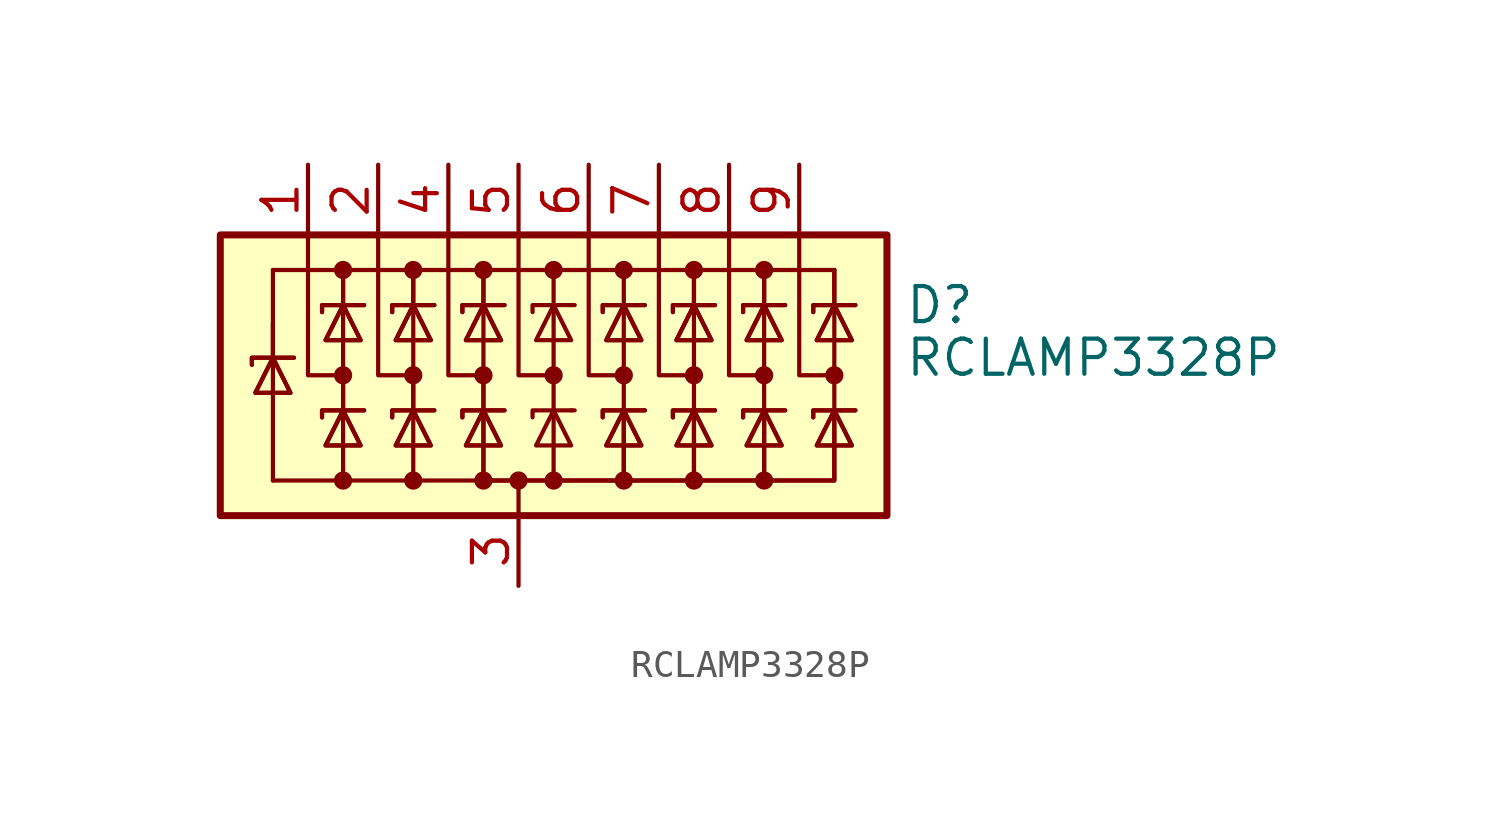
<source format=kicad_sym>
(kicad_symbol_lib
  (version 20220914)
  (generator kicad_symbol_editor)
  (symbol "RCLAMP3328P"
    (pin_names hide)
    (property "Reference" "D"
      (at 13.97 2.54 0)
      (effects (font (size 1.27 1.27)) (justify left)))
    (property "Value" "RCLAMP3328P"
      (at 13.97 0.635 0)
      (effects (font (size 1.27 1.27)) (justify left)))
    (symbol "RCLAMP3328P_0_0"
      (pin passive line (at 0 -7.62 90) (length 2.54) (name "A" (effects (font (size 1.27 1.27)))) (number "3" (effects (font (size 1.27 1.27))))))
    (symbol "RCLAMP3328P_0_1"
      (rectangle (start -10.795 5.08) (end 13.335 -5.08) (stroke (width 0.254) (type default)) (fill (type background)))
      (circle (center -6.35 -3.81) (radius 0.254) (stroke (width 0) (type default)) (fill (type outline)))
      (circle (center -6.35 0) (radius 0.254) (stroke (width 0) (type default)) (fill (type outline)))
      (circle (center -6.35 3.81) (radius 0.254) (stroke (width 0) (type default)) (fill (type outline)))
      (circle (center -3.81 -3.81) (radius 0.254) (stroke (width 0) (type default)) (fill (type outline)))
      (circle (center -3.81 0) (radius 0.254) (stroke (width 0) (type default)) (fill (type outline)))
      (circle (center -3.81 3.81) (radius 0.254) (stroke (width 0) (type default)) (fill (type outline)))
      (circle (center -1.27 -3.81) (radius 0.254) (stroke (width 0) (type default)) (fill (type outline)))
      (circle (center -1.27 0) (radius 0.254) (stroke (width 0) (type default)) (fill (type outline)))
      (circle (center -1.27 3.81) (radius 0.254) (stroke (width 0) (type default)) (fill (type outline)))
      (circle (center 0 -3.81) (radius 0.254) (stroke (width 0) (type default)) (fill (type outline)))
      (polyline (pts (xy -8.89 0.635) (xy -8.89 -3.81)) (stroke (width 0) (type default)) (fill (type none)))
      (polyline (pts (xy -8.89 1.905) (xy -8.89 0.635)) (stroke (width 0) (type default)) (fill (type none)))
      (polyline (pts (xy -8.89 3.81) (xy -8.89 0.635)) (stroke (width 0) (type default)) (fill (type none)))
      (polyline (pts (xy -6.35 -3.81) (xy -8.89 -3.81)) (stroke (width 0) (type default)) (fill (type none)))
      (polyline (pts (xy -6.35 0) (xy -6.35 -1.27)) (stroke (width 0) (type default)) (fill (type none)))
      (polyline (pts (xy -6.35 2.54) (xy -6.35 -1.27)) (stroke (width 0) (type default)) (fill (type none)))
      (polyline (pts (xy -6.35 3.81) (xy -6.35 2.54)) (stroke (width 0) (type default)) (fill (type none)))
      (polyline (pts (xy -6.35 3.81) (xy -6.35 2.54)) (stroke (width 0) (type default)) (fill (type none)))
      (polyline (pts (xy -3.81 0) (xy -3.81 -1.27)) (stroke (width 0) (type default)) (fill (type none)))
      (polyline (pts (xy -3.81 2.54) (xy -3.81 -1.27)) (stroke (width 0) (type default)) (fill (type none)))
      (polyline (pts (xy -3.81 3.81) (xy -3.81 2.54)) (stroke (width 0) (type default)) (fill (type none)))
      (polyline (pts (xy -3.81 3.81) (xy -3.81 2.54)) (stroke (width 0) (type default)) (fill (type none)))
      (polyline (pts (xy -1.27 0) (xy -1.27 -1.27)) (stroke (width 0) (type default)) (fill (type none)))
      (polyline (pts (xy -1.27 2.54) (xy -1.27 -1.27)) (stroke (width 0) (type default)) (fill (type none)))
      (polyline (pts (xy -1.27 3.81) (xy -1.27 2.54)) (stroke (width 0) (type default)) (fill (type none)))
      (polyline (pts (xy -1.27 3.81) (xy -1.27 2.54)) (stroke (width 0) (type default)) (fill (type none)))
      (polyline (pts (xy 0 -5.08) (xy 0 -3.81)) (stroke (width 0) (type default)) (fill (type none)))
      (polyline (pts (xy 1.27 -3.81) (xy 1.27 2.54)) (stroke (width 0) (type default)) (fill (type none)))
      (polyline (pts (xy 1.27 3.81) (xy 1.27 2.54)) (stroke (width 0) (type default)) (fill (type none)))
      (polyline (pts (xy 1.905 -1.27) (xy 2.032 -1.27)) (stroke (width 0) (type default)) (fill (type none)))
      (polyline (pts (xy 1.905 2.54) (xy 2.032 2.54)) (stroke (width 0) (type default)) (fill (type none)))
      (polyline (pts (xy 3.81 2.54) (xy 3.81 -1.27)) (stroke (width 0) (type default)) (fill (type none)))
      (polyline (pts (xy 3.81 3.81) (xy 3.81 2.54)) (stroke (width 0) (type default)) (fill (type none)))
      (polyline (pts (xy 6.35 2.54) (xy 6.35 -1.27)) (stroke (width 0) (type default)) (fill (type none)))
      (polyline (pts (xy 6.35 3.81) (xy 6.35 2.54)) (stroke (width 0) (type default)) (fill (type none)))
      (polyline (pts (xy 6.35 3.81) (xy 6.35 2.54)) (stroke (width 0) (type default)) (fill (type none)))
      (polyline (pts (xy 8.89 2.54) (xy 8.89 -1.27)) (stroke (width 0) (type default)) (fill (type none)))
      (polyline (pts (xy 8.89 3.81) (xy 8.89 2.54)) (stroke (width 0) (type default)) (fill (type none)))
      (polyline (pts (xy 8.89 3.81) (xy 8.89 2.54)) (stroke (width 0) (type default)) (fill (type none)))
      (polyline (pts (xy 11.43 2.54) (xy 11.43 -1.27)) (stroke (width 0) (type default)) (fill (type none)))
      (polyline (pts (xy 11.43 3.81) (xy -8.89 3.81)) (stroke (width 0) (type default)) (fill (type none)))
      (polyline (pts (xy 11.43 3.81) (xy 11.43 2.54)) (stroke (width 0) (type default)) (fill (type none)))
      (polyline (pts (xy 11.43 3.81) (xy 11.43 2.54)) (stroke (width 0) (type default)) (fill (type none)))
      (polyline (pts (xy -7.62 5.08) (xy -7.62 0) (xy -6.35 0)) (stroke (width 0) (type default)) (fill (type none)))
      (polyline (pts (xy -6.35 -1.27) (xy -6.35 -3.81) (xy -3.81 -3.81)) (stroke (width 0) (type default)) (fill (type none)))
      (polyline (pts (xy -5.08 5.08) (xy -5.08 0) (xy -3.81 0)) (stroke (width 0) (type default)) (fill (type none)))
      (polyline (pts (xy -3.81 -1.27) (xy -3.81 -3.81) (xy -1.27 -3.81)) (stroke (width 0) (type default)) (fill (type none)))
      (polyline (pts (xy -2.54 5.08) (xy -2.54 0) (xy -1.27 0)) (stroke (width 0) (type default)) (fill (type none)))
      (polyline (pts (xy 0 5.08) (xy 0 0) (xy 1.27 0)) (stroke (width 0) (type default)) (fill (type none)))
      (polyline (pts (xy 1.905 -1.27) (xy 0.508 -1.27) (xy 0.508 -1.524)) (stroke (width 0) (type default)) (fill (type none)))
      (polyline (pts (xy 1.905 2.54) (xy 0.508 2.54) (xy 0.508 2.286)) (stroke (width 0) (type default)) (fill (type none)))
      (polyline (pts (xy 2.54 5.08) (xy 2.54 0) (xy 3.81 0)) (stroke (width 0) (type default)) (fill (type none)))
      (polyline (pts (xy 5.08 5.08) (xy 5.08 0) (xy 6.35 0)) (stroke (width 0) (type default)) (fill (type none)))
      (polyline (pts (xy 6.35 -1.27) (xy 6.35 -3.81) (xy 3.81 -3.81)) (stroke (width 0) (type default)) (fill (type none)))
      (polyline (pts (xy 6.35 -1.27) (xy 6.35 -3.81) (xy 3.81 -3.81)) (stroke (width 0) (type default)) (fill (type none)))
      (polyline (pts (xy 7.62 5.08) (xy 7.62 0) (xy 8.89 0)) (stroke (width 0) (type default)) (fill (type none)))
      (polyline (pts (xy 8.89 -1.27) (xy 8.89 -3.81) (xy 6.35 -3.81)) (stroke (width 0) (type default)) (fill (type none)))
      (polyline (pts (xy 8.89 -1.27) (xy 8.89 -3.81) (xy 6.35 -3.81)) (stroke (width 0) (type default)) (fill (type none)))
      (polyline (pts (xy 10.16 5.08) (xy 10.16 0) (xy 11.43 0)) (stroke (width 0) (type default)) (fill (type none)))
      (polyline (pts (xy 11.43 -1.27) (xy 11.43 -3.81) (xy 8.89 -3.81)) (stroke (width 0) (type default)) (fill (type none)))
      (polyline (pts (xy 11.43 -1.27) (xy 11.43 -3.81) (xy 8.89 -3.81)) (stroke (width 0) (type default)) (fill (type none)))
      (polyline (pts (xy -9.652 0.381) (xy -9.652 0.635) (xy -8.255 0.635) (xy -8.128 0.635)) (stroke (width 0) (type default)) (fill (type none)))
      (polyline (pts (xy -9.652 0.381) (xy -9.652 0.635) (xy -8.255 0.635) (xy -8.128 0.635)) (stroke (width 0) (type default)) (fill (type none)))
      (polyline (pts (xy -8.89 0.635) (xy -8.255 -0.635) (xy -9.525 -0.635) (xy -8.89 0.635)) (stroke (width 0) (type default)) (fill (type none)))
      (polyline (pts (xy -8.89 0.635) (xy -8.255 -0.635) (xy -9.525 -0.635) (xy -8.89 0.635)) (stroke (width 0) (type default)) (fill (type none)))
      (polyline (pts (xy -7.112 -1.524) (xy -7.112 -1.27) (xy -5.715 -1.27) (xy -5.588 -1.27)) (stroke (width 0) (type default)) (fill (type none)))
      (polyline (pts (xy -7.112 -1.524) (xy -7.112 -1.27) (xy -5.715 -1.27) (xy -5.588 -1.27)) (stroke (width 0) (type default)) (fill (type none)))
      (polyline (pts (xy -7.112 2.286) (xy -7.112 2.54) (xy -5.715 2.54) (xy -5.588 2.54)) (stroke (width 0) (type default)) (fill (type none)))
      (polyline (pts (xy -7.112 2.286) (xy -7.112 2.54) (xy -5.715 2.54) (xy -5.588 2.54)) (stroke (width 0) (type default)) (fill (type none)))
      (polyline (pts (xy -6.35 -1.27) (xy -5.715 -2.54) (xy -6.985 -2.54) (xy -6.35 -1.27)) (stroke (width 0) (type default)) (fill (type none)))
      (polyline (pts (xy -6.35 -1.27) (xy -5.715 -2.54) (xy -6.985 -2.54) (xy -6.35 -1.27)) (stroke (width 0) (type default)) (fill (type none)))
      (polyline (pts (xy -6.35 2.54) (xy -5.715 1.27) (xy -6.985 1.27) (xy -6.35 2.54)) (stroke (width 0) (type default)) (fill (type none)))
      (polyline (pts (xy -6.35 2.54) (xy -5.715 1.27) (xy -6.985 1.27) (xy -6.35 2.54)) (stroke (width 0) (type default)) (fill (type none)))
      (polyline (pts (xy -4.572 -1.524) (xy -4.572 -1.27) (xy -3.175 -1.27) (xy -3.048 -1.27)) (stroke (width 0) (type default)) (fill (type none)))
      (polyline (pts (xy -4.572 -1.524) (xy -4.572 -1.27) (xy -3.175 -1.27) (xy -3.048 -1.27)) (stroke (width 0) (type default)) (fill (type none)))
      (polyline (pts (xy -4.572 2.286) (xy -4.572 2.54) (xy -3.175 2.54) (xy -3.048 2.54)) (stroke (width 0) (type default)) (fill (type none)))
      (polyline (pts (xy -4.572 2.286) (xy -4.572 2.54) (xy -3.175 2.54) (xy -3.048 2.54)) (stroke (width 0) (type default)) (fill (type none)))
      (polyline (pts (xy -3.81 -1.27) (xy -3.175 -2.54) (xy -4.445 -2.54) (xy -3.81 -1.27)) (stroke (width 0) (type default)) (fill (type none)))
      (polyline (pts (xy -3.81 -1.27) (xy -3.175 -2.54) (xy -4.445 -2.54) (xy -3.81 -1.27)) (stroke (width 0) (type default)) (fill (type none)))
      (polyline (pts (xy -3.81 2.54) (xy -3.175 1.27) (xy -4.445 1.27) (xy -3.81 2.54)) (stroke (width 0) (type default)) (fill (type none)))
      (polyline (pts (xy -3.81 2.54) (xy -3.175 1.27) (xy -4.445 1.27) (xy -3.81 2.54)) (stroke (width 0) (type default)) (fill (type none)))
      (polyline (pts (xy -2.032 -1.524) (xy -2.032 -1.27) (xy -0.635 -1.27) (xy -0.508 -1.27)) (stroke (width 0) (type default)) (fill (type none)))
      (polyline (pts (xy -2.032 -1.524) (xy -2.032 -1.27) (xy -0.635 -1.27) (xy -0.508 -1.27)) (stroke (width 0) (type default)) (fill (type none)))
      (polyline (pts (xy -2.032 2.286) (xy -2.032 2.54) (xy -0.635 2.54) (xy -0.508 2.54)) (stroke (width 0) (type default)) (fill (type none)))
      (polyline (pts (xy -2.032 2.286) (xy -2.032 2.54) (xy -0.635 2.54) (xy -0.508 2.54)) (stroke (width 0) (type default)) (fill (type none)))
      (polyline (pts (xy -1.27 -1.27) (xy -1.27 -3.81) (xy 3.81 -3.81) (xy 3.81 -1.27)) (stroke (width 0) (type default)) (fill (type none)))
      (polyline (pts (xy -1.27 -1.27) (xy -1.27 -3.81) (xy 3.81 -3.81) (xy 3.81 -1.27)) (stroke (width 0) (type default)) (fill (type none)))
      (polyline (pts (xy -1.27 -1.27) (xy -0.635 -2.54) (xy -1.905 -2.54) (xy -1.27 -1.27)) (stroke (width 0) (type default)) (fill (type none)))
      (polyline (pts (xy -1.27 -1.27) (xy -0.635 -2.54) (xy -1.905 -2.54) (xy -1.27 -1.27)) (stroke (width 0) (type default)) (fill (type none)))
      (polyline (pts (xy -1.27 2.54) (xy -0.635 1.27) (xy -1.905 1.27) (xy -1.27 2.54)) (stroke (width 0) (type default)) (fill (type none)))
      (polyline (pts (xy -1.27 2.54) (xy -0.635 1.27) (xy -1.905 1.27) (xy -1.27 2.54)) (stroke (width 0) (type default)) (fill (type none)))
      (polyline (pts (xy 1.905 -2.54) (xy 0.635 -2.54) (xy 1.27 -1.27) (xy 1.905 -2.54)) (stroke (width 0) (type default)) (fill (type none)))
      (polyline (pts (xy 1.905 1.27) (xy 0.635 1.27) (xy 1.27 2.54) (xy 1.905 1.27)) (stroke (width 0) (type default)) (fill (type none)))
      (polyline (pts (xy 3.048 -1.524) (xy 3.048 -1.27) (xy 4.445 -1.27) (xy 4.572 -1.27)) (stroke (width 0) (type default)) (fill (type none)))
      (polyline (pts (xy 3.048 -1.524) (xy 3.048 -1.27) (xy 4.445 -1.27) (xy 4.572 -1.27)) (stroke (width 0) (type default)) (fill (type none)))
      (polyline (pts (xy 3.048 2.286) (xy 3.048 2.54) (xy 4.445 2.54) (xy 4.572 2.54)) (stroke (width 0) (type default)) (fill (type none)))
      (polyline (pts (xy 3.048 2.286) (xy 3.048 2.54) (xy 4.445 2.54) (xy 4.572 2.54)) (stroke (width 0) (type default)) (fill (type none)))
      (polyline (pts (xy 3.81 -1.27) (xy 3.175 -2.54) (xy 4.445 -2.54) (xy 3.81 -1.27)) (stroke (width 0) (type default)) (fill (type none)))
      (polyline (pts (xy 3.81 -1.27) (xy 3.175 -2.54) (xy 4.445 -2.54) (xy 3.81 -1.27)) (stroke (width 0) (type default)) (fill (type none)))
      (polyline (pts (xy 3.81 2.54) (xy 3.175 1.27) (xy 4.445 1.27) (xy 3.81 2.54)) (stroke (width 0) (type default)) (fill (type none)))
      (polyline (pts (xy 3.81 2.54) (xy 3.175 1.27) (xy 4.445 1.27) (xy 3.81 2.54)) (stroke (width 0) (type default)) (fill (type none)))
      (polyline (pts (xy 5.588 -1.524) (xy 5.588 -1.27) (xy 6.985 -1.27) (xy 7.112 -1.27)) (stroke (width 0) (type default)) (fill (type none)))
      (polyline (pts (xy 5.588 -1.524) (xy 5.588 -1.27) (xy 6.985 -1.27) (xy 7.112 -1.27)) (stroke (width 0) (type default)) (fill (type none)))
      (polyline (pts (xy 5.588 2.286) (xy 5.588 2.54) (xy 6.985 2.54) (xy 7.112 2.54)) (stroke (width 0) (type default)) (fill (type none)))
      (polyline (pts (xy 5.588 2.286) (xy 5.588 2.54) (xy 6.985 2.54) (xy 7.112 2.54)) (stroke (width 0) (type default)) (fill (type none)))
      (polyline (pts (xy 6.35 -1.27) (xy 5.715 -2.54) (xy 6.985 -2.54) (xy 6.35 -1.27)) (stroke (width 0) (type default)) (fill (type none)))
      (polyline (pts (xy 6.35 -1.27) (xy 5.715 -2.54) (xy 6.985 -2.54) (xy 6.35 -1.27)) (stroke (width 0) (type default)) (fill (type none)))
      (polyline (pts (xy 6.35 2.54) (xy 5.715 1.27) (xy 6.985 1.27) (xy 6.35 2.54)) (stroke (width 0) (type default)) (fill (type none)))
      (polyline (pts (xy 6.35 2.54) (xy 5.715 1.27) (xy 6.985 1.27) (xy 6.35 2.54)) (stroke (width 0) (type default)) (fill (type none)))
      (polyline (pts (xy 8.128 -1.524) (xy 8.128 -1.27) (xy 9.525 -1.27) (xy 9.652 -1.27)) (stroke (width 0) (type default)) (fill (type none)))
      (polyline (pts (xy 8.128 -1.524) (xy 8.128 -1.27) (xy 9.525 -1.27) (xy 9.652 -1.27)) (stroke (width 0) (type default)) (fill (type none)))
      (polyline (pts (xy 8.128 2.286) (xy 8.128 2.54) (xy 9.525 2.54) (xy 9.652 2.54)) (stroke (width 0) (type default)) (fill (type none)))
      (polyline (pts (xy 8.128 2.286) (xy 8.128 2.54) (xy 9.525 2.54) (xy 9.652 2.54)) (stroke (width 0) (type default)) (fill (type none)))
      (polyline (pts (xy 8.89 -1.27) (xy 8.255 -2.54) (xy 9.525 -2.54) (xy 8.89 -1.27)) (stroke (width 0) (type default)) (fill (type none)))
      (polyline (pts (xy 8.89 -1.27) (xy 8.255 -2.54) (xy 9.525 -2.54) (xy 8.89 -1.27)) (stroke (width 0) (type default)) (fill (type none)))
      (polyline (pts (xy 8.89 2.54) (xy 8.255 1.27) (xy 9.525 1.27) (xy 8.89 2.54)) (stroke (width 0) (type default)) (fill (type none)))
      (polyline (pts (xy 8.89 2.54) (xy 8.255 1.27) (xy 9.525 1.27) (xy 8.89 2.54)) (stroke (width 0) (type default)) (fill (type none)))
      (polyline (pts (xy 10.668 -1.524) (xy 10.668 -1.27) (xy 12.065 -1.27) (xy 12.192 -1.27)) (stroke (width 0) (type default)) (fill (type none)))
      (polyline (pts (xy 10.668 -1.524) (xy 10.668 -1.27) (xy 12.065 -1.27) (xy 12.192 -1.27)) (stroke (width 0) (type default)) (fill (type none)))
      (polyline (pts (xy 10.668 2.286) (xy 10.668 2.54) (xy 12.065 2.54) (xy 12.192 2.54)) (stroke (width 0) (type default)) (fill (type none)))
      (polyline (pts (xy 10.668 2.286) (xy 10.668 2.54) (xy 12.065 2.54) (xy 12.192 2.54)) (stroke (width 0) (type default)) (fill (type none)))
      (polyline (pts (xy 11.43 -1.27) (xy 10.795 -2.54) (xy 12.065 -2.54) (xy 11.43 -1.27)) (stroke (width 0) (type default)) (fill (type none)))
      (polyline (pts (xy 11.43 -1.27) (xy 10.795 -2.54) (xy 12.065 -2.54) (xy 11.43 -1.27)) (stroke (width 0) (type default)) (fill (type none)))
      (polyline (pts (xy 11.43 2.54) (xy 10.795 1.27) (xy 12.065 1.27) (xy 11.43 2.54)) (stroke (width 0) (type default)) (fill (type none)))
      (polyline (pts (xy 11.43 2.54) (xy 10.795 1.27) (xy 12.065 1.27) (xy 11.43 2.54)) (stroke (width 0) (type default)) (fill (type none)))
      (circle (center 1.27 -3.81) (radius 0.254) (stroke (width 0) (type default)) (fill (type outline)))
      (circle (center 1.27 0) (radius 0.254) (stroke (width 0) (type default)) (fill (type outline)))
      (circle (center 1.27 3.81) (radius 0.254) (stroke (width 0) (type default)) (fill (type outline)))
      (circle (center 3.81 -3.81) (radius 0.254) (stroke (width 0) (type default)) (fill (type outline)))
      (circle (center 3.81 0) (radius 0.254) (stroke (width 0) (type default)) (fill (type outline)))
      (circle (center 3.81 3.81) (radius 0.254) (stroke (width 0) (type default)) (fill (type outline)))
      (circle (center 6.35 -3.81) (radius 0.254) (stroke (width 0) (type default)) (fill (type outline)))
      (circle (center 6.35 0) (radius 0.254) (stroke (width 0) (type default)) (fill (type outline)))
      (circle (center 6.35 3.81) (radius 0.254) (stroke (width 0) (type default)) (fill (type outline)))
      (circle (center 8.89 -3.81) (radius 0.254) (stroke (width 0) (type default)) (fill (type outline)))
      (circle (center 8.89 0) (radius 0.254) (stroke (width 0) (type default)) (fill (type outline)))
      (circle (center 8.89 3.81) (radius 0.254) (stroke (width 0) (type default)) (fill (type outline)))
      (circle (center 11.43 0) (radius 0.254) (stroke (width 0) (type default)) (fill (type outline))))
    (symbol "RCLAMP3328P_1_1"
      (pin passive line (at -7.62 7.62 270) (length 2.54) (name "K1" (effects (font (size 1.27 1.27)))) (number "1" (effects (font (size 1.27 1.27)))))
      (pin passive line (at -5.08 7.62 270) (length 2.54) (name "K2" (effects (font (size 1.27 1.27)))) (number "2" (effects (font (size 1.27 1.27)))))
      (pin passive line (at -2.54 7.62 270) (length 2.54) (name "K3" (effects (font (size 1.27 1.27)))) (number "4" (effects (font (size 1.27 1.27)))))
      (pin passive line (at 0 7.62 270) (length 2.54) (name "K4" (effects (font (size 1.27 1.27)))) (number "5" (effects (font (size 1.27 1.27)))))
      (pin passive line (at 2.54 7.62 270) (length 2.54) (name "K5" (effects (font (size 1.27 1.27)))) (number "6" (effects (font (size 1.27 1.27)))))
      (pin passive line (at 5.08 7.62 270) (length 2.54) (name "K6" (effects (font (size 1.27 1.27)))) (number "7" (effects (font (size 1.27 1.27)))))
      (pin passive line (at 7.62 7.62 270) (length 2.54) (name "K7" (effects (font (size 1.27 1.27)))) (number "8" (effects (font (size 1.27 1.27)))))
      (pin passive line (at 10.16 7.62 270) (length 2.54) (name "K8" (effects (font (size 1.27 1.27)))) (number "9" (effects (font (size 1.27 1.27))))))))
</source>
